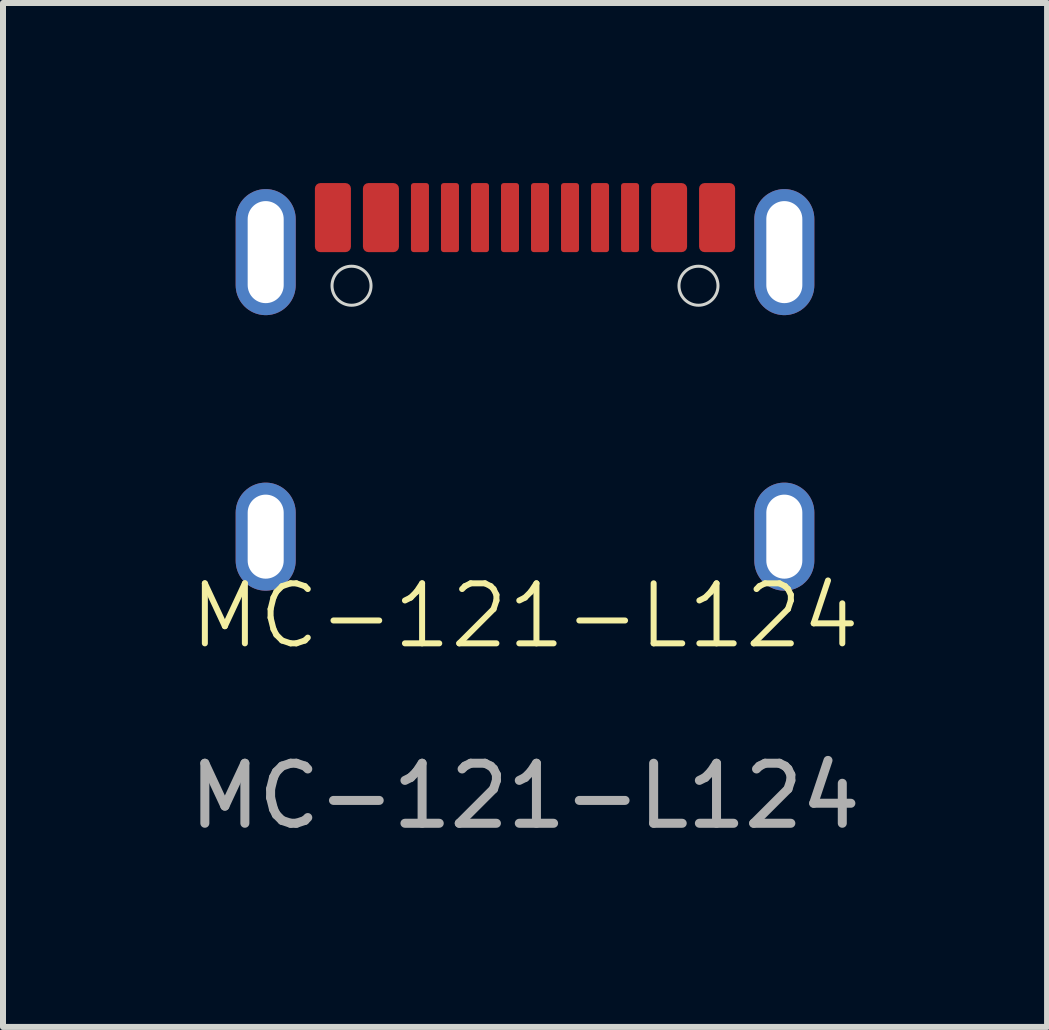
<source format=kicad_pcb>
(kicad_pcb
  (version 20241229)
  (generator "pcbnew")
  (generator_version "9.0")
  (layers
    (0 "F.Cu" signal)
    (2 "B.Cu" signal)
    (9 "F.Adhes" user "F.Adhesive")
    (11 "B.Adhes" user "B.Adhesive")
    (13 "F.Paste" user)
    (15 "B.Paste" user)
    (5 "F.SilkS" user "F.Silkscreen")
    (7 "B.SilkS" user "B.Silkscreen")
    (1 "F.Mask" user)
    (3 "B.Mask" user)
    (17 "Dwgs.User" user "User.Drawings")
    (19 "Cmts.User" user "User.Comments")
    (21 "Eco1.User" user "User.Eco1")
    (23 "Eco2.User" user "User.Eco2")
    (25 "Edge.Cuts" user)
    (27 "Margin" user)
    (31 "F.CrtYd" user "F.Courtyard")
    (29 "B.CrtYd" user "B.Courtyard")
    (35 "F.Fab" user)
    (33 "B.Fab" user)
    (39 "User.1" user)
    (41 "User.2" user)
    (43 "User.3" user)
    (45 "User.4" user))
  (footprint "MC-121-L124"
    (layer "F.Cu")
    (at 5.696 7.71)
    (property "Reference" "MC-121-L124" (at 0 -0.5 0) (unlocked yes) (layer "F.SilkS") (effects (font (size 1 1) (thickness 0.1))))
    (attr smd)
    (fp_circle (center -2.89 -6) (end -2.565 -6) (stroke (width 0.05) (type solid)) (fill no) (layer "Edge.Cuts"))
    (fp_circle (center 2.89 -6) (end 3.215 -6) (stroke (width 0.05) (type solid)) (fill no) (layer "Edge.Cuts"))
    (fp_text user "${REFERENCE}" (at 0 2.5 0) (unlocked yes) (layer "F.Fab") (effects (font (size 1 1) (thickness 0.15))))
    (pad "A1B12" smd roundrect (at -3.2 -7.135 90) (size 1.15 0.6) (layers "F.Cu" "F.Mask" "F.Paste") (roundrect_rratio 0.15))
    (pad "A4B9" smd roundrect (at -2.4 -7.135 90) (size 1.15 0.6) (layers "F.Cu" "F.Mask" "F.Paste") (roundrect_rratio 0.15))
    (pad "A5" smd roundrect (at -1.25 -7.135 90) (size 1.15 0.3) (layers "F.Cu" "F.Mask" "F.Paste") (roundrect_rratio 0.15))
    (pad "A6" smd roundrect (at -0.25 -7.135 90) (size 1.15 0.3) (layers "F.Cu" "F.Mask" "F.Paste") (roundrect_rratio 0.15))
    (pad "A7" smd roundrect (at 0.25 -7.135 90) (size 1.15 0.3) (layers "F.Cu" "F.Mask" "F.Paste") (roundrect_rratio 0.15))
    (pad "A8" smd roundrect (at 1.25 -7.135 90) (size 1.15 0.3) (layers "F.Cu" "F.Mask" "F.Paste") (roundrect_rratio 0.15))
    (pad "B1A12" smd roundrect (at 3.2 -7.135 90) (size 1.15 0.6) (layers "F.Cu" "F.Mask" "F.Paste") (roundrect_rratio 0.15))
    (pad "B4A9" smd roundrect (at 2.4 -7.135 90) (size 1.15 0.6) (layers "F.Cu" "F.Mask" "F.Paste") (roundrect_rratio 0.15))
    (pad "B5" smd roundrect (at 1.75 -7.135 90) (size 1.15 0.3) (layers "F.Cu" "F.Mask" "F.Paste") (roundrect_rratio 0.15))
    (pad "B6" smd roundrect (at 0.75 -7.135 90) (size 1.15 0.3) (layers "F.Cu" "F.Mask" "F.Paste") (roundrect_rratio 0.15))
    (pad "B7" smd roundrect (at -0.75 -7.135 90) (size 1.15 0.3) (layers "F.Cu" "F.Mask" "F.Paste") (roundrect_rratio 0.15))
    (pad "B8" smd roundrect (at -1.75 -7.135 90) (size 1.15 0.3) (layers "F.Cu" "F.Mask" "F.Paste") (roundrect_rratio 0.15))
    (pad "SHIELD" thru_hole oval (at -4.32 -6.56 90) (size 2.1 1) (drill oval 1.7 0.6) (layers "*.Cu" "*.Mask"))
    (pad "SHIELD" thru_hole oval (at -4.32 -1.82 90) (size 1.8 1) (drill oval 1.4 0.6) (layers "*.Cu" "*.Mask"))
    (pad "SHIELD" thru_hole oval (at 4.32 -6.56 90) (size 2.1 1) (drill oval 1.7 0.6) (layers "*.Cu" "*.Mask"))
    (pad "SHIELD" thru_hole oval (at 4.32 -1.82 90) (size 1.8 1) (drill oval 1.4 0.6) (layers "*.Cu" "*.Mask")))
  (gr_rect
    (start -3 -3)
    (end 14.393 14.058)
    (stroke (width 0.1) (type default))
    (fill no)
    (layer "Edge.Cuts")))
</source>
